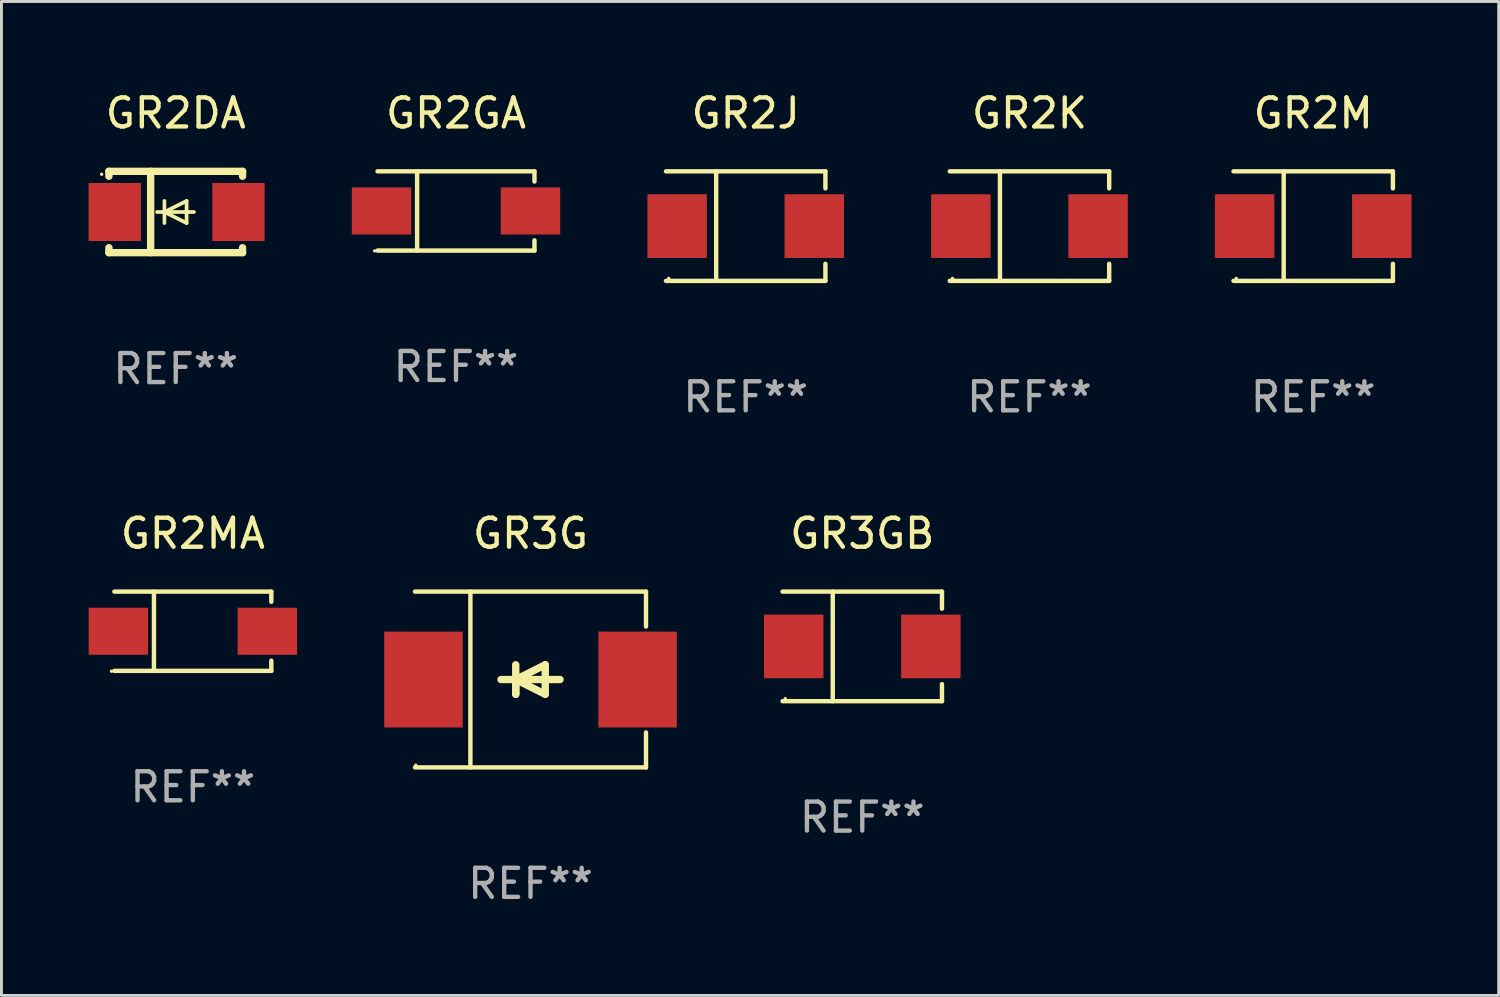
<source format=kicad_pcb>
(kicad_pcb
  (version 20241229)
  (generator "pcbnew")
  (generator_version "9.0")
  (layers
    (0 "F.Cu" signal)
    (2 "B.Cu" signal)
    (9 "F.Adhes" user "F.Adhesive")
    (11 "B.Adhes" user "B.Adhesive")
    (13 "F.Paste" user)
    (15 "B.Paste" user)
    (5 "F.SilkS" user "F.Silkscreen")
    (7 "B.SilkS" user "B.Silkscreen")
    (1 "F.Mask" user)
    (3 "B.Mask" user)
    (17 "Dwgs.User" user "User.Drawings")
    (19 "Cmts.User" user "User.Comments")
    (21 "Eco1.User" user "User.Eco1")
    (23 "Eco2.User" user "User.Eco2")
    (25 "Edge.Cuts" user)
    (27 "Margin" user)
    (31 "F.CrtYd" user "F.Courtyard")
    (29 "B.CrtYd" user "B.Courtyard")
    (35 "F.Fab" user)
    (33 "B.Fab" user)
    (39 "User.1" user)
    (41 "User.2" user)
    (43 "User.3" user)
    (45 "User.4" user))
  (footprint "GR2K"
    (layer "F.Cu")
    (at 32.39 4.734)
    (property "Reference" "GR2K" (at 0 -3.886 0) (layer "F.SilkS") (effects (font (size 1 1) (thickness 0.15))))
    (attr through_hole)
    (fp_line (start -2.744 -1.886) (end 2.744 -1.886) (stroke (width 0.152) (type solid)) (layer "F.SilkS"))
    (fp_line (start -2.744 1.886) (end 2.744 1.886) (stroke (width 0.152) (type solid)) (layer "F.SilkS"))
    (fp_line (start -1.016 -1.886) (end -1.016 1.886) (stroke (width 0.152) (type solid)) (layer "F.SilkS"))
    (fp_line (start 2.744 -1.886) (end 2.744 -1.299) (stroke (width 0.152) (type solid)) (layer "F.SilkS"))
    (fp_line (start 2.744 1.886) (end 2.744 1.299) (stroke (width 0.152) (type solid)) (layer "F.SilkS"))
    (fp_circle (center -2.65 1.8) (end -2.62 1.8) (stroke (width 0.06) (type solid)) (fill no) (layer "F.SilkS"))
    (fp_text user "REF**" (at 0 5.886 0) (layer "F.Fab") (effects (font (size 1 1) (thickness 0.15))))
    (pad "1" smd rect (at -2.361 0) (size 2.047 2.192) (layers "F.Cu" "F.Mask" "F.Paste"))
    (pad "2" smd rect (at 2.361 0) (size 2.047 2.192) (layers "F.Cu" "F.Mask" "F.Paste")))
  (footprint "GR2J"
    (layer "F.Cu")
    (at 22.621 4.734)
    (property "Reference" "GR2J" (at 0 -3.886 0) (layer "F.SilkS") (effects (font (size 1 1) (thickness 0.15))))
    (attr through_hole)
    (fp_line (start -2.744 -1.886) (end 2.744 -1.886) (stroke (width 0.152) (type solid)) (layer "F.SilkS"))
    (fp_line (start -2.744 1.886) (end 2.744 1.886) (stroke (width 0.152) (type solid)) (layer "F.SilkS"))
    (fp_line (start -1.016 -1.886) (end -1.016 1.886) (stroke (width 0.152) (type solid)) (layer "F.SilkS"))
    (fp_line (start 2.744 -1.886) (end 2.744 -1.299) (stroke (width 0.152) (type solid)) (layer "F.SilkS"))
    (fp_line (start 2.744 1.886) (end 2.744 1.299) (stroke (width 0.152) (type solid)) (layer "F.SilkS"))
    (fp_circle (center -2.65 1.8) (end -2.62 1.8) (stroke (width 0.06) (type solid)) (fill no) (layer "F.SilkS"))
    (fp_text user "REF**" (at 0 5.886 0) (layer "F.Fab") (effects (font (size 1 1) (thickness 0.15))))
    (pad "1" smd rect (at -2.361 0) (size 2.047 2.192) (layers "F.Cu" "F.Mask" "F.Paste"))
    (pad "2" smd rect (at 2.361 0) (size 2.047 2.192) (layers "F.Cu" "F.Mask" "F.Paste")))
  (footprint "GR2DA"
    (layer "F.Cu")
    (at 3 4.248)
    (property "Reference" "GR2DA" (at 0 -3.4 0) (layer "F.SilkS") (effects (font (size 1 1) (thickness 0.15))))
    (attr through_hole)
    (fp_line (start -2.3 -1.4) (end -2.3 -1.231) (stroke (width 0.254) (type solid)) (layer "F.SilkS"))
    (fp_line (start -2.3 -1.4) (end 2.3 -1.4) (stroke (width 0.254) (type solid)) (layer "F.SilkS"))
    (fp_line (start -2.3 1.231) (end -2.3 1.4) (stroke (width 0.254) (type solid)) (layer "F.SilkS"))
    (fp_line (start -2.3 1.4) (end 2.3 1.4) (stroke (width 0.254) (type solid)) (layer "F.SilkS"))
    (fp_line (start -0.864 1.4) (end -0.864 -1.4) (stroke (width 0.254) (type solid)) (layer "F.SilkS"))
    (fp_line (start -0.389 0) (end -0.389 -0.381) (stroke (width 0.127) (type solid)) (layer "F.SilkS"))
    (fp_line (start -0.389 0) (end -0.389 0.381) (stroke (width 0.127) (type solid)) (layer "F.SilkS"))
    (fp_line (start 0.373 -0.381) (end -0.389 0) (stroke (width 0.127) (type solid)) (layer "F.SilkS"))
    (fp_line (start 0.373 0) (end 0.373 -0.381) (stroke (width 0.127) (type solid)) (layer "F.SilkS"))
    (fp_line (start 0.373 0) (end 0.373 0.381) (stroke (width 0.127) (type solid)) (layer "F.SilkS"))
    (fp_line (start 0.373 0.381) (end -0.389 0) (stroke (width 0.127) (type solid)) (layer "F.SilkS"))
    (fp_line (start 0.627 0) (end -0.643 0) (stroke (width 0.127) (type solid)) (layer "F.SilkS"))
    (fp_line (start 2.3 -1.4) (end 2.3 -1.231) (stroke (width 0.254) (type solid)) (layer "F.SilkS"))
    (fp_line (start 2.3 1.231) (end 2.3 1.4) (stroke (width 0.254) (type solid)) (layer "F.SilkS"))
    (fp_circle (center -2.55 -1.3) (end -2.52 -1.3) (stroke (width 0.06) (type solid)) (fill no) (layer "F.SilkS"))
    (fp_text user "REF**" (at 0 5.4 0) (layer "F.Fab") (effects (font (size 1 1) (thickness 0.15))))
    (pad "1" smd rect (at -2.1 0 180) (size 1.8 2) (layers "F.Cu" "F.Mask" "F.Paste"))
    (pad "2" smd rect (at 2.159 0 180) (size 1.8 2) (layers "F.Cu" "F.Mask" "F.Paste")))
  (footprint "GR3GB"
    (layer "F.Cu")
    (at 26.634 19.203)
    (property "Reference" "GR3GB" (at 0 -3.886 0) (layer "F.SilkS") (effects (font (size 1 1) (thickness 0.15))))
    (attr through_hole)
    (fp_line (start -2.744 -1.886) (end 2.744 -1.886) (stroke (width 0.152) (type solid)) (layer "F.SilkS"))
    (fp_line (start -2.744 1.886) (end 2.744 1.886) (stroke (width 0.152) (type solid)) (layer "F.SilkS"))
    (fp_line (start -1.016 -1.886) (end -1.016 1.886) (stroke (width 0.152) (type solid)) (layer "F.SilkS"))
    (fp_line (start 2.744 -1.886) (end 2.744 -1.299) (stroke (width 0.152) (type solid)) (layer "F.SilkS"))
    (fp_line (start 2.744 1.886) (end 2.744 1.299) (stroke (width 0.152) (type solid)) (layer "F.SilkS"))
    (fp_circle (center -2.65 1.8) (end -2.62 1.8) (stroke (width 0.06) (type solid)) (fill no) (layer "F.SilkS"))
    (fp_text user "REF**" (at 0 5.886 0) (layer "F.Fab") (effects (font (size 1 1) (thickness 0.15))))
    (pad "1" smd rect (at -2.361 0) (size 2.047 2.192) (layers "F.Cu" "F.Mask" "F.Paste"))
    (pad "2" smd rect (at 2.361 0) (size 2.047 2.192) (layers "F.Cu" "F.Mask" "F.Paste")))
  (footprint "GR3G"
    (layer "F.Cu")
    (at 15.213 20.343)
    (property "Reference" "GR3G" (at 0 -5.026 0) (layer "F.SilkS") (effects (font (size 1 1) (thickness 0.15))))
    (attr through_hole)
    (fp_line (start -3.976 -3.026) (end 3.976 -3.026) (stroke (width 0.152) (type solid)) (layer "F.SilkS"))
    (fp_line (start -3.976 3.026) (end 3.976 3.026) (stroke (width 0.152) (type solid)) (layer "F.SilkS"))
    (fp_line (start -2.069 -3.026) (end -2.069 3.026) (stroke (width 0.152) (type solid)) (layer "F.SilkS"))
    (fp_line (start -0.508 0) (end -0.508 0.508) (stroke (width 0.254) (type solid)) (layer "F.SilkS"))
    (fp_line (start -0.508 0) (end 0.508 0.508) (stroke (width 0.254) (type solid)) (layer "F.SilkS"))
    (fp_line (start -0.508 0.508) (end -0.508 -0.508) (stroke (width 0.254) (type solid)) (layer "F.SilkS"))
    (fp_line (start 0.508 -0.508) (end -0.508 0) (stroke (width 0.254) (type solid)) (layer "F.SilkS"))
    (fp_line (start 0.508 0.508) (end 0.508 -0.508) (stroke (width 0.254) (type solid)) (layer "F.SilkS"))
    (fp_line (start 1.016 0) (end -1.016 0) (stroke (width 0.254) (type solid)) (layer "F.SilkS"))
    (fp_line (start 3.976 -3.026) (end 3.976 -1.823) (stroke (width 0.152) (type solid)) (layer "F.SilkS"))
    (fp_line (start 3.976 3.026) (end 3.976 1.823) (stroke (width 0.152) (type solid)) (layer "F.SilkS"))
    (fp_circle (center -3.95 2.95) (end -3.92 2.95) (stroke (width 0.06) (type solid)) (fill no) (layer "F.SilkS"))
    (fp_text user "REF**" (at 0 7.026 0) (layer "F.Fab") (effects (font (size 1 1) (thickness 0.15))))
    (pad "1" smd rect (at -3.686 0) (size 2.7 3.3) (layers "F.Cu" "F.Mask" "F.Paste"))
    (pad "2" smd rect (at 3.686 0) (size 2.7 3.3) (layers "F.Cu" "F.Mask" "F.Paste")))
  (footprint "GR2GA"
    (layer "F.Cu")
    (at 12.648 4.212)
    (property "Reference" "GR2GA" (at 0 -3.364 0) (layer "F.SilkS") (effects (font (size 1 1) (thickness 0.15))))
    (attr through_hole)
    (fp_line (start -2.701 -1.364) (end 2.701 -1.364) (stroke (width 0.152) (type solid)) (layer "F.SilkS"))
    (fp_line (start -2.701 1.364) (end 2.701 1.364) (stroke (width 0.152) (type solid)) (layer "F.SilkS"))
    (fp_line (start -1.339 -1.364) (end -1.339 1.364) (stroke (width 0.152) (type solid)) (layer "F.SilkS"))
    (fp_line (start 2.701 -1.364) (end 2.701 -1.013) (stroke (width 0.152) (type solid)) (layer "F.SilkS"))
    (fp_line (start 2.701 1.364) (end 2.701 1.013) (stroke (width 0.152) (type solid)) (layer "F.SilkS"))
    (fp_circle (center -2.8 1.375) (end -2.77 1.375) (stroke (width 0.06) (type solid)) (fill no) (layer "F.SilkS"))
    (fp_text user "REF**" (at 0 5.364 0) (layer "F.Fab") (effects (font (size 1 1) (thickness 0.15))))
    (pad "1" smd rect (at -2.565 -0.000025) (size 2.046 1.62) (layers "F.Cu" "F.Mask" "F.Paste"))
    (pad "2" smd rect (at 2.565 -0.000025) (size 2.046 1.62) (layers "F.Cu" "F.Mask" "F.Paste")))
  (footprint "GR2M"
    (layer "F.Cu")
    (at 42.158 4.734)
    (property "Reference" "GR2M" (at 0 -3.886 0) (layer "F.SilkS") (effects (font (size 1 1) (thickness 0.15))))
    (attr through_hole)
    (fp_line (start -2.744 -1.886) (end 2.744 -1.886) (stroke (width 0.152) (type solid)) (layer "F.SilkS"))
    (fp_line (start -2.744 1.886) (end 2.744 1.886) (stroke (width 0.152) (type solid)) (layer "F.SilkS"))
    (fp_line (start -1.016 -1.886) (end -1.016 1.886) (stroke (width 0.152) (type solid)) (layer "F.SilkS"))
    (fp_line (start 2.744 -1.886) (end 2.744 -1.299) (stroke (width 0.152) (type solid)) (layer "F.SilkS"))
    (fp_line (start 2.744 1.886) (end 2.744 1.299) (stroke (width 0.152) (type solid)) (layer "F.SilkS"))
    (fp_circle (center -2.65 1.8) (end -2.62 1.8) (stroke (width 0.06) (type solid)) (fill no) (layer "F.SilkS"))
    (fp_text user "REF**" (at 0 5.886 0) (layer "F.Fab") (effects (font (size 1 1) (thickness 0.15))))
    (pad "1" smd rect (at -2.361 0) (size 2.047 2.192) (layers "F.Cu" "F.Mask" "F.Paste"))
    (pad "2" smd rect (at 2.361 0) (size 2.047 2.192) (layers "F.Cu" "F.Mask" "F.Paste")))
  (footprint "GR2MA"
    (layer "F.Cu")
    (at 3.589 18.681)
    (property "Reference" "GR2MA" (at 0 -3.364 0) (layer "F.SilkS") (effects (font (size 1 1) (thickness 0.15))))
    (attr through_hole)
    (fp_line (start -2.701 -1.364) (end 2.701 -1.364) (stroke (width 0.152) (type solid)) (layer "F.SilkS"))
    (fp_line (start -2.701 1.364) (end 2.701 1.364) (stroke (width 0.152) (type solid)) (layer "F.SilkS"))
    (fp_line (start -1.339 -1.364) (end -1.339 1.364) (stroke (width 0.152) (type solid)) (layer "F.SilkS"))
    (fp_line (start 2.701 -1.364) (end 2.701 -1.013) (stroke (width 0.152) (type solid)) (layer "F.SilkS"))
    (fp_line (start 2.701 1.364) (end 2.701 1.013) (stroke (width 0.152) (type solid)) (layer "F.SilkS"))
    (fp_circle (center -2.8 1.375) (end -2.77 1.375) (stroke (width 0.06) (type solid)) (fill no) (layer "F.SilkS"))
    (fp_text user "REF**" (at 0 5.364 0) (layer "F.Fab") (effects (font (size 1 1) (thickness 0.15))))
    (pad "1" smd rect (at -2.565 -0.000025) (size 2.046 1.62) (layers "F.Cu" "F.Mask" "F.Paste"))
    (pad "2" smd rect (at 2.565 -0.000025) (size 2.046 1.62) (layers "F.Cu" "F.Mask" "F.Paste")))
  (gr_rect
    (start -3 -3)
    (end 48.543 31.218)
    (stroke (width 0.1) (type default))
    (fill no)
    (layer "Edge.Cuts")))
</source>
